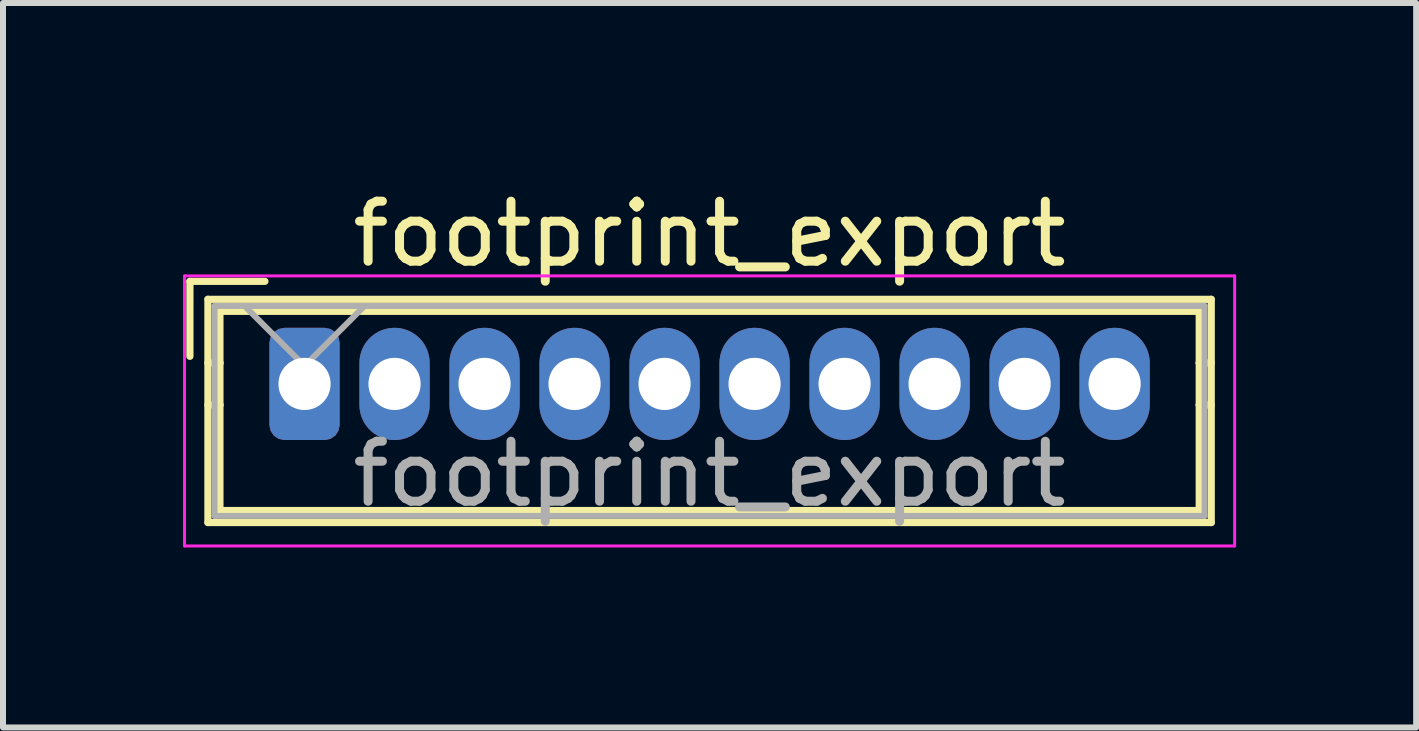
<source format=kicad_pcb>
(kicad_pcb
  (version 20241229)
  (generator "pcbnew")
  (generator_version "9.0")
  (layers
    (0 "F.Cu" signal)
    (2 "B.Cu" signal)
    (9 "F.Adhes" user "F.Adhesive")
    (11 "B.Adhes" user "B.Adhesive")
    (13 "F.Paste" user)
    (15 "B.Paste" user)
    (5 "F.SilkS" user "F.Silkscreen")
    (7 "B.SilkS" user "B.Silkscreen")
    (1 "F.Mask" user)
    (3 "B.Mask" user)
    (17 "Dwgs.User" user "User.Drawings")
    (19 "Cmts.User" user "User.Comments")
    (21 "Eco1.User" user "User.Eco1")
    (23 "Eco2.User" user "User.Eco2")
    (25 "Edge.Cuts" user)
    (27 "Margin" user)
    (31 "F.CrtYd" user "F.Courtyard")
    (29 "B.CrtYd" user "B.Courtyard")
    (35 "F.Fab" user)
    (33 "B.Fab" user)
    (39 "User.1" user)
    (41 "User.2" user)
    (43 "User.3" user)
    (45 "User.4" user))
  (footprint "footprint_export"
    (layer "F.Cu")
    (at 2.025 3.348)
    (property "Reference" "footprint_export" (at 6.75 -2.5 0) (layer "F.SilkS") (effects (font (size 1 1) (thickness 0.15))))
    (attr through_hole)
    (fp_line (start -1.91 -1.71) (end -1.91 -0.46) (stroke (width 0.12) (type solid)) (layer "F.SilkS"))
    (fp_line (start -1.61 -1.41) (end -1.61 2.31) (stroke (width 0.12) (type solid)) (layer "F.SilkS"))
    (fp_line (start -1.61 -0.35) (end -1.41 -0.35) (stroke (width 0.12) (type solid)) (layer "F.SilkS"))
    (fp_line (start -1.61 2.31) (end 15.11 2.31) (stroke (width 0.12) (type solid)) (layer "F.SilkS"))
    (fp_line (start -1.41 -1.21) (end 14.91 -1.21) (stroke (width 0.12) (type solid)) (layer "F.SilkS"))
    (fp_line (start -1.41 -0.35) (end -1.41 -1.21) (stroke (width 0.12) (type solid)) (layer "F.SilkS"))
    (fp_line (start -1.41 -0.35) (end -1.41 0.35) (stroke (width 0.12) (type solid)) (layer "F.SilkS"))
    (fp_line (start -1.41 0.35) (end -1.61 0.35) (stroke (width 0.12) (type solid)) (layer "F.SilkS"))
    (fp_line (start -1.41 0.35) (end -1.41 2.11) (stroke (width 0.12) (type solid)) (layer "F.SilkS"))
    (fp_line (start -1.41 2.11) (end 14.91 2.11) (stroke (width 0.12) (type solid)) (layer "F.SilkS"))
    (fp_line (start -0.66 -1.71) (end -1.91 -1.71) (stroke (width 0.12) (type solid)) (layer "F.SilkS"))
    (fp_line (start 14.91 -1.21) (end 14.91 -0.35) (stroke (width 0.12) (type solid)) (layer "F.SilkS"))
    (fp_line (start 14.91 -0.35) (end 14.91 0.35) (stroke (width 0.12) (type solid)) (layer "F.SilkS"))
    (fp_line (start 14.91 -0.35) (end 15.11 -0.35) (stroke (width 0.12) (type solid)) (layer "F.SilkS"))
    (fp_line (start 14.91 0.35) (end 15.11 0.35) (stroke (width 0.12) (type solid)) (layer "F.SilkS"))
    (fp_line (start 14.91 2.11) (end 14.91 0.35) (stroke (width 0.12) (type solid)) (layer "F.SilkS"))
    (fp_line (start 15.11 -1.41) (end -1.61 -1.41) (stroke (width 0.12) (type solid)) (layer "F.SilkS"))
    (fp_line (start 15.11 2.31) (end 15.11 -1.41) (stroke (width 0.12) (type solid)) (layer "F.SilkS"))
    (fp_line (start -2 -1.8) (end -2 2.7) (stroke (width 0.05) (type solid)) (layer "F.CrtYd"))
    (fp_line (start -2 2.7) (end 15.5 2.7) (stroke (width 0.05) (type solid)) (layer "F.CrtYd"))
    (fp_line (start 15.5 -1.8) (end -2 -1.8) (stroke (width 0.05) (type solid)) (layer "F.CrtYd"))
    (fp_line (start 15.5 2.7) (end 15.5 -1.8) (stroke (width 0.05) (type solid)) (layer "F.CrtYd"))
    (fp_line (start -1.5 -1.3) (end -1.5 2.2) (stroke (width 0.1) (type solid)) (layer "F.Fab"))
    (fp_line (start -1.5 2.2) (end 15 2.2) (stroke (width 0.1) (type solid)) (layer "F.Fab"))
    (fp_line (start -1 -1.3) (end 0 -0.3) (stroke (width 0.1) (type solid)) (layer "F.Fab"))
    (fp_line (start 0 -0.3) (end 1 -1.3) (stroke (width 0.1) (type solid)) (layer "F.Fab"))
    (fp_line (start 15 -1.3) (end -1.5 -1.3) (stroke (width 0.1) (type solid)) (layer "F.Fab"))
    (fp_line (start 15 2.2) (end 15 -1.3) (stroke (width 0.1) (type solid)) (layer "F.Fab"))
    (fp_text user "${REFERENCE}" (at 6.75 1.5 0) (layer "F.Fab") (effects (font (size 1 1) (thickness 0.15))))
    (pad "1" thru_hole roundrect (at 0 0) (size 1.17 1.87) (drill 0.87) (layers "*.Cu" "*.Mask") (roundrect_rratio 0.214))
    (pad "2" thru_hole oval (at 1.5 0) (size 1.17 1.87) (drill 0.87) (layers "*.Cu" "*.Mask"))
    (pad "3" thru_hole oval (at 3 0) (size 1.17 1.87) (drill 0.87) (layers "*.Cu" "*.Mask"))
    (pad "4" thru_hole oval (at 4.5 0) (size 1.17 1.87) (drill 0.87) (layers "*.Cu" "*.Mask"))
    (pad "5" thru_hole oval (at 6 0) (size 1.17 1.87) (drill 0.87) (layers "*.Cu" "*.Mask"))
    (pad "6" thru_hole oval (at 7.5 0) (size 1.17 1.87) (drill 0.87) (layers "*.Cu" "*.Mask"))
    (pad "7" thru_hole oval (at 9 0) (size 1.17 1.87) (drill 0.87) (layers "*.Cu" "*.Mask"))
    (pad "8" thru_hole oval (at 10.5 0) (size 1.17 1.87) (drill 0.87) (layers "*.Cu" "*.Mask"))
    (pad "9" thru_hole oval (at 12 0) (size 1.17 1.87) (drill 0.87) (layers "*.Cu" "*.Mask"))
    (pad "10" thru_hole oval (at 13.5 0) (size 1.17 1.87) (drill 0.87) (layers "*.Cu" "*.Mask")))
  (gr_rect
    (start -3 -3)
    (end 20.55 9.073)
    (stroke (width 0.1) (type default))
    (fill no)
    (layer "Edge.Cuts")))
</source>
